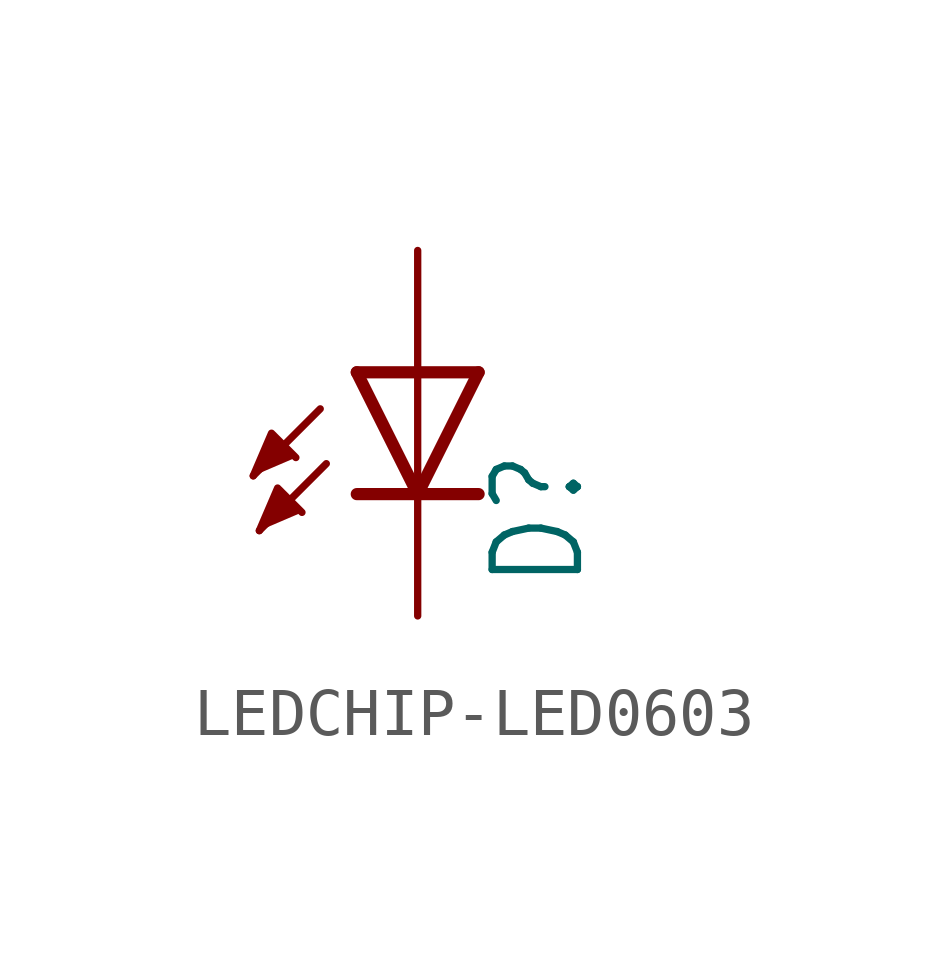
<source format=kicad_sym>
(kicad_symbol_lib
  (version 20220914)
  (generator kicad_symbol_editor)
  (symbol "LEDCHIP-LED0603"
    (property "Reference" "D"
      (at 3.556 -4.572 90)
      (effects (font (size 1.778 1.511)) (justify left bottom)))
    (property "Value" ""
      (at 5.715 -4.572 90)
      (effects (font (size 1.778 1.511)) (justify left bottom)))
    (property "ki_locked" ""
      (at 0 0 0)
      (effects (font (size 1.27 1.27))))
    (symbol "LEDCHIP-LED0603_1_0"
      (polyline (pts (xy -2.032 -0.762) (xy -3.429 -2.159)) (stroke (width 0.152) (type solid)) (fill (type none)))
      (polyline (pts (xy -1.905 -1.905) (xy -3.302 -3.302)) (stroke (width 0.152) (type solid)) (fill (type none)))
      (polyline (pts (xy 0 -2.54) (xy -1.27 -2.54)) (stroke (width 0.254) (type solid)) (fill (type none)))
      (polyline (pts (xy 0 -2.54) (xy -1.27 0)) (stroke (width 0.254) (type solid)) (fill (type none)))
      (polyline (pts (xy 0 0) (xy -1.27 0)) (stroke (width 0.254) (type solid)) (fill (type none)))
      (polyline (pts (xy 0 0) (xy 0 -2.54)) (stroke (width 0.152) (type solid)) (fill (type none)))
      (polyline (pts (xy 1.27 -2.54) (xy 0 -2.54)) (stroke (width 0.254) (type solid)) (fill (type none)))
      (polyline (pts (xy 1.27 0) (xy 0 -2.54)) (stroke (width 0.254) (type solid)) (fill (type none)))
      (polyline (pts (xy 1.27 0) (xy 0 0)) (stroke (width 0.254) (type solid)) (fill (type none)))
      (polyline (pts (xy -3.429 -2.159) (xy -3.048 -1.27) (xy -2.54 -1.778)) (stroke (width 0.152) (type solid)) (fill (type outline)))
      (polyline (pts (xy -3.302 -3.302) (xy -2.921 -2.413) (xy -2.413 -2.921)) (stroke (width 0.152) (type solid)) (fill (type outline)))
      (pin passive line (at 0 2.54 270) (length 2.54) (name "A" (effects (font (size 0 0)))) (number "A" (effects (font (size 0 0)))))
      (pin passive line (at 0 -5.08 90) (length 2.54) (name "C" (effects (font (size 0 0)))) (number "C" (effects (font (size 0 0))))))))
</source>
